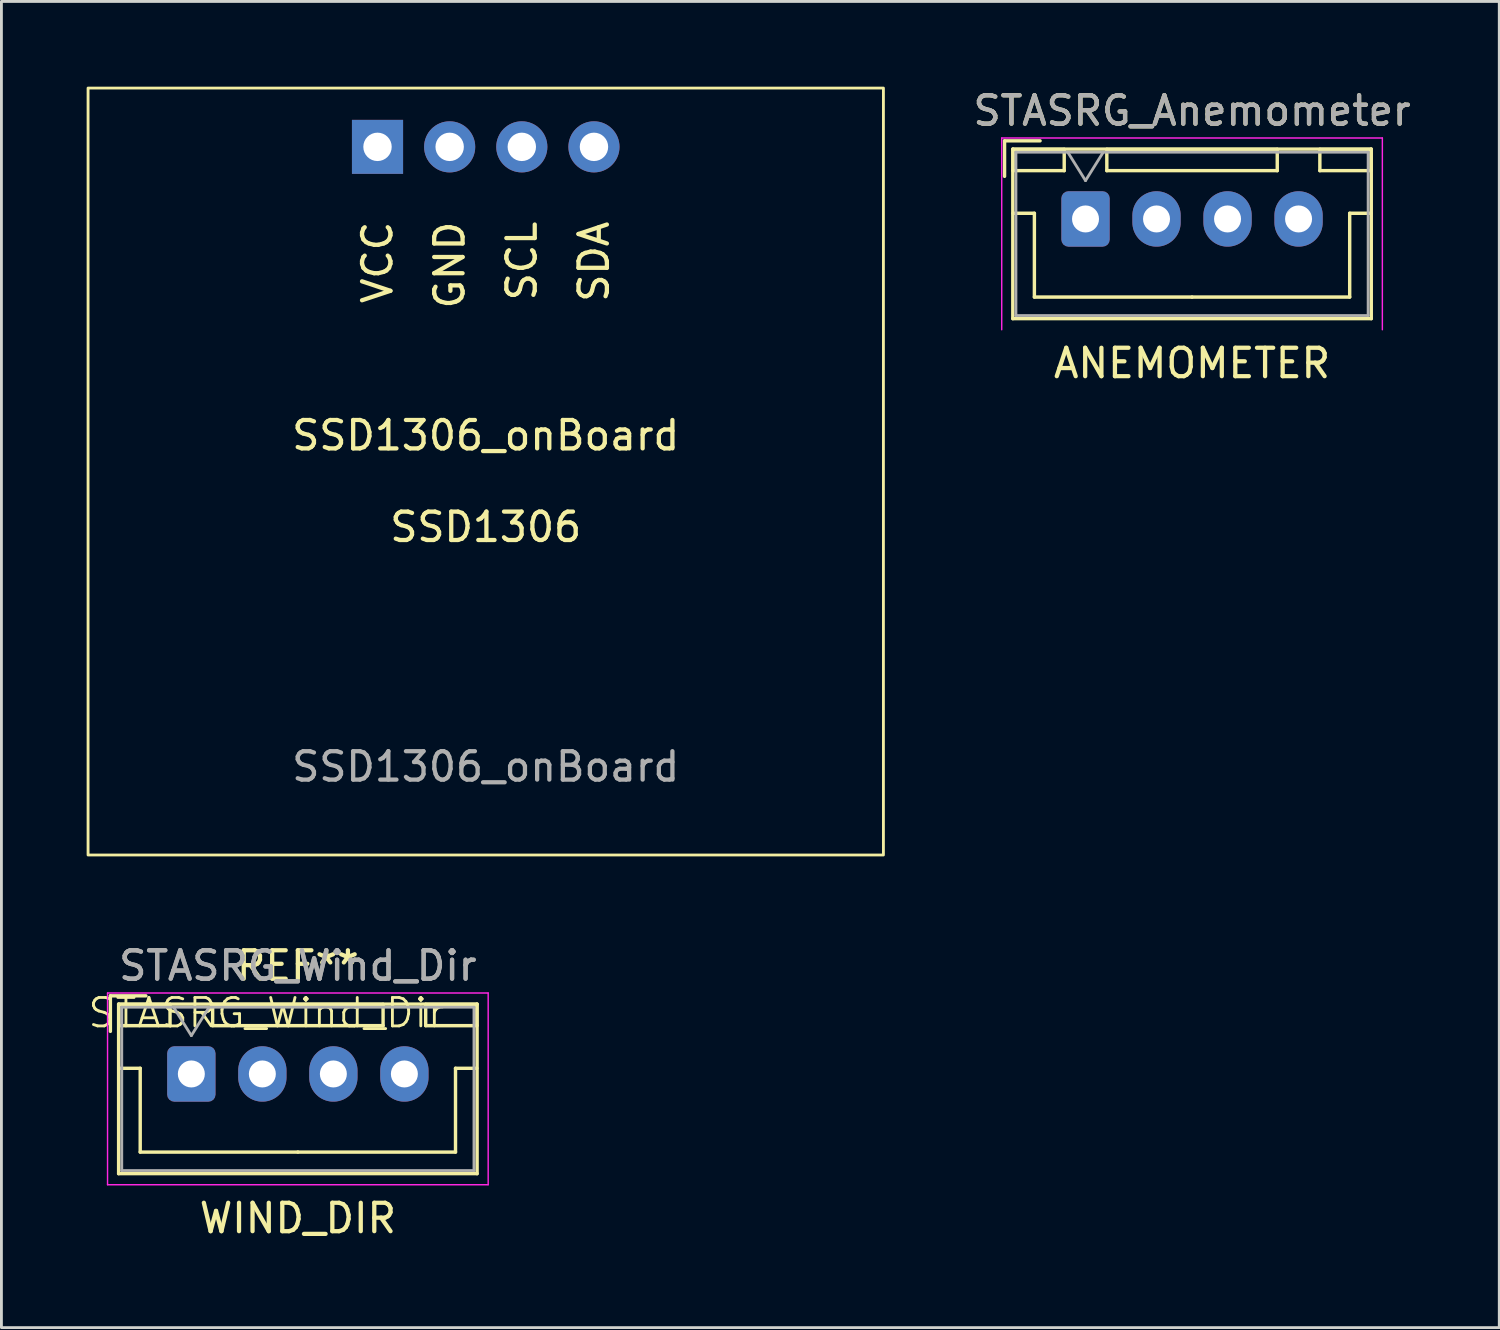
<source format=kicad_pcb>
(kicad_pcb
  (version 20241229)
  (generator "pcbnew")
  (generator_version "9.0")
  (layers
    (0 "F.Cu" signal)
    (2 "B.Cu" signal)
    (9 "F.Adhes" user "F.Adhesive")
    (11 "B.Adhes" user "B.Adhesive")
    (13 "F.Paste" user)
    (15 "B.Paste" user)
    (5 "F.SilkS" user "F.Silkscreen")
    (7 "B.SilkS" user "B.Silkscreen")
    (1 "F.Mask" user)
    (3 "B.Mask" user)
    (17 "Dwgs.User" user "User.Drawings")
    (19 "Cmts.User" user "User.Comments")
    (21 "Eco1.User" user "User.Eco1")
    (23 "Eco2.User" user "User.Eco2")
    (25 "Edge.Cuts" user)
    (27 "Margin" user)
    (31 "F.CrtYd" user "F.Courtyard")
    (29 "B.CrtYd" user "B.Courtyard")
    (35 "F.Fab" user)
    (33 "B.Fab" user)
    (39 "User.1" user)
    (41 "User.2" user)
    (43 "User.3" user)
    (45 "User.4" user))
  (footprint "STASRG_Anemometer"
    (layer "F.Cu")
    (at 38.915 4.658)
    (property "Reference" "STASRG_Anemometer" (at 0 -3.81 0) (unlocked yes) (layer "F.SilkS") (effects (font (size 1 1) (thickness 0.15))))
    (attr smd)
    (fp_line (start -6.6 -2.75) (end -6.6 -1.5) (stroke (width 0.12) (type solid)) (layer "F.SilkS"))
    (fp_line (start -6.31 -2.46) (end -6.31 3.51) (stroke (width 0.12) (type solid)) (layer "F.SilkS"))
    (fp_line (start -6.31 3.51) (end 6.31 3.51) (stroke (width 0.12) (type solid)) (layer "F.SilkS"))
    (fp_line (start -6.3 -2.45) (end -6.3 -1.7) (stroke (width 0.12) (type solid)) (layer "F.SilkS"))
    (fp_line (start -6.3 -1.7) (end -4.5 -1.7) (stroke (width 0.12) (type solid)) (layer "F.SilkS"))
    (fp_line (start -6.3 -0.2) (end -5.55 -0.2) (stroke (width 0.12) (type solid)) (layer "F.SilkS"))
    (fp_line (start -5.55 -0.2) (end -5.55 2.75) (stroke (width 0.12) (type solid)) (layer "F.SilkS"))
    (fp_line (start -5.55 2.75) (end 0 2.75) (stroke (width 0.12) (type solid)) (layer "F.SilkS"))
    (fp_line (start -5.35 -2.75) (end -6.6 -2.75) (stroke (width 0.12) (type solid)) (layer "F.SilkS"))
    (fp_line (start -4.5 -2.45) (end -6.3 -2.45) (stroke (width 0.12) (type solid)) (layer "F.SilkS"))
    (fp_line (start -4.5 -1.7) (end -4.5 -2.45) (stroke (width 0.12) (type solid)) (layer "F.SilkS"))
    (fp_line (start -3 -2.45) (end -3 -1.7) (stroke (width 0.12) (type solid)) (layer "F.SilkS"))
    (fp_line (start -3 -1.7) (end 3 -1.7) (stroke (width 0.12) (type solid)) (layer "F.SilkS"))
    (fp_line (start 3 -2.45) (end -3 -2.45) (stroke (width 0.12) (type solid)) (layer "F.SilkS"))
    (fp_line (start 3 -1.7) (end 3 -2.45) (stroke (width 0.12) (type solid)) (layer "F.SilkS"))
    (fp_line (start 4.5 -2.45) (end 4.5 -1.7) (stroke (width 0.12) (type solid)) (layer "F.SilkS"))
    (fp_line (start 4.5 -1.7) (end 6.3 -1.7) (stroke (width 0.12) (type solid)) (layer "F.SilkS"))
    (fp_line (start 5.55 -0.2) (end 5.55 2.75) (stroke (width 0.12) (type solid)) (layer "F.SilkS"))
    (fp_line (start 5.55 2.75) (end 0 2.75) (stroke (width 0.12) (type solid)) (layer "F.SilkS"))
    (fp_line (start 6.3 -2.45) (end 4.5 -2.45) (stroke (width 0.12) (type solid)) (layer "F.SilkS"))
    (fp_line (start 6.3 -1.7) (end 6.3 -2.45) (stroke (width 0.12) (type solid)) (layer "F.SilkS"))
    (fp_line (start 6.3 -0.2) (end 5.55 -0.2) (stroke (width 0.12) (type solid)) (layer "F.SilkS"))
    (fp_line (start 6.31 -2.46) (end -6.31 -2.46) (stroke (width 0.12) (type solid)) (layer "F.SilkS"))
    (fp_line (start 6.31 3.51) (end 6.31 -2.46) (stroke (width 0.12) (type solid)) (layer "F.SilkS"))
    (fp_line (start -6.7 -2.85) (end -6.7 3.9) (stroke (width 0.05) (type solid)) (layer "F.CrtYd"))
    (fp_line (start 6.7 -2.85) (end -6.7 -2.85) (stroke (width 0.05) (type solid)) (layer "F.CrtYd"))
    (fp_line (start 6.7 3.9) (end 6.7 -2.85) (stroke (width 0.05) (type solid)) (layer "F.CrtYd"))
    (fp_line (start -6.2 -2.35) (end -6.2 3.4) (stroke (width 0.1) (type solid)) (layer "F.Fab"))
    (fp_line (start -6.2 3.4) (end 6.2 3.4) (stroke (width 0.1) (type solid)) (layer "F.Fab"))
    (fp_line (start -4.375 -2.35) (end -3.75 -1.35) (stroke (width 0.1) (type solid)) (layer "F.Fab"))
    (fp_line (start -3.75 -1.35) (end -3.125 -2.35) (stroke (width 0.1) (type solid)) (layer "F.Fab"))
    (fp_line (start 6.2 -2.35) (end -6.2 -2.35) (stroke (width 0.1) (type solid)) (layer "F.Fab"))
    (fp_line (start 6.2 3.4) (end 6.2 -2.35) (stroke (width 0.1) (type solid)) (layer "F.Fab"))
    (fp_text user "ANEMOMETER" (at 0 5.08 0) (unlocked yes) (layer "F.SilkS") (effects (font (size 1 1) (thickness 0.15))))
    (fp_text user "${REFERENCE}" (at 0 -3.81 0) (unlocked yes) (layer "F.Fab") (effects (font (size 1 1) (thickness 0.15))))
    (pad "1" thru_hole roundrect (at -3.75 0) (size 1.7 1.95) (drill 0.95) (layers "*.Cu" "*.Mask") (roundrect_rratio 0.147))
    (pad "2" thru_hole oval (at -1.25 0) (size 1.7 1.95) (drill 0.95) (layers "*.Cu" "*.Mask"))
    (pad "3" thru_hole oval (at 1.25 0) (size 1.7 1.95) (drill 0.95) (layers "*.Cu" "*.Mask"))
    (pad "4" thru_hole oval (at 3.75 0) (size 1.7 1.95) (drill 0.95) (layers "*.Cu" "*.Mask")))
  (footprint "STASRG_Wind_Dir"
    (layer "F.Cu")
    (at 7.436 34.758)
    (property "Reference" "STASRG_Wind_Dir" (at -1.1 -2.15 0) (unlocked yes) (layer "F.SilkS") (effects (font (size 1 1) (thickness 0.1))))
    (attr smd)
    (fp_line (start -6.6 -2.75) (end -6.6 -1.5) (stroke (width 0.12) (type solid)) (layer "F.SilkS"))
    (fp_line (start -6.31 -2.46) (end -6.31 3.51) (stroke (width 0.12) (type solid)) (layer "F.SilkS"))
    (fp_line (start -6.31 3.51) (end 6.31 3.51) (stroke (width 0.12) (type solid)) (layer "F.SilkS"))
    (fp_line (start -6.3 -2.45) (end -6.3 -1.7) (stroke (width 0.12) (type solid)) (layer "F.SilkS"))
    (fp_line (start -6.3 -1.7) (end -4.5 -1.7) (stroke (width 0.12) (type solid)) (layer "F.SilkS"))
    (fp_line (start -6.3 -0.2) (end -5.55 -0.2) (stroke (width 0.12) (type solid)) (layer "F.SilkS"))
    (fp_line (start -5.55 -0.2) (end -5.55 2.75) (stroke (width 0.12) (type solid)) (layer "F.SilkS"))
    (fp_line (start -5.55 2.75) (end 0 2.75) (stroke (width 0.12) (type solid)) (layer "F.SilkS"))
    (fp_line (start -5.35 -2.75) (end -6.6 -2.75) (stroke (width 0.12) (type solid)) (layer "F.SilkS"))
    (fp_line (start -4.5 -2.45) (end -6.3 -2.45) (stroke (width 0.12) (type solid)) (layer "F.SilkS"))
    (fp_line (start -4.5 -1.7) (end -4.5 -2.45) (stroke (width 0.12) (type solid)) (layer "F.SilkS"))
    (fp_line (start -3 -2.45) (end -3 -1.7) (stroke (width 0.12) (type solid)) (layer "F.SilkS"))
    (fp_line (start -3 -1.7) (end 3 -1.7) (stroke (width 0.12) (type solid)) (layer "F.SilkS"))
    (fp_line (start 3 -2.45) (end -3 -2.45) (stroke (width 0.12) (type solid)) (layer "F.SilkS"))
    (fp_line (start 3 -1.7) (end 3 -2.45) (stroke (width 0.12) (type solid)) (layer "F.SilkS"))
    (fp_line (start 4.5 -2.45) (end 4.5 -1.7) (stroke (width 0.12) (type solid)) (layer "F.SilkS"))
    (fp_line (start 4.5 -1.7) (end 6.3 -1.7) (stroke (width 0.12) (type solid)) (layer "F.SilkS"))
    (fp_line (start 5.55 -0.2) (end 5.55 2.75) (stroke (width 0.12) (type solid)) (layer "F.SilkS"))
    (fp_line (start 5.55 2.75) (end 0 2.75) (stroke (width 0.12) (type solid)) (layer "F.SilkS"))
    (fp_line (start 6.3 -2.45) (end 4.5 -2.45) (stroke (width 0.12) (type solid)) (layer "F.SilkS"))
    (fp_line (start 6.3 -1.7) (end 6.3 -2.45) (stroke (width 0.12) (type solid)) (layer "F.SilkS"))
    (fp_line (start 6.3 -0.2) (end 5.55 -0.2) (stroke (width 0.12) (type solid)) (layer "F.SilkS"))
    (fp_line (start 6.31 -2.46) (end -6.31 -2.46) (stroke (width 0.12) (type solid)) (layer "F.SilkS"))
    (fp_line (start 6.31 3.51) (end 6.31 -2.46) (stroke (width 0.12) (type solid)) (layer "F.SilkS"))
    (fp_line (start -6.7 -2.85) (end -6.7 3.9) (stroke (width 0.05) (type solid)) (layer "F.CrtYd"))
    (fp_line (start -6.7 3.9) (end 6.7 3.9) (stroke (width 0.05) (type solid)) (layer "F.CrtYd"))
    (fp_line (start 6.7 -2.85) (end -6.7 -2.85) (stroke (width 0.05) (type solid)) (layer "F.CrtYd"))
    (fp_line (start 6.7 3.9) (end 6.7 -2.85) (stroke (width 0.05) (type solid)) (layer "F.CrtYd"))
    (fp_line (start -6.2 -2.35) (end -6.2 3.4) (stroke (width 0.1) (type solid)) (layer "F.Fab"))
    (fp_line (start -6.2 3.4) (end 6.2 3.4) (stroke (width 0.1) (type solid)) (layer "F.Fab"))
    (fp_line (start -4.375 -2.35) (end -3.75 -1.35) (stroke (width 0.1) (type solid)) (layer "F.Fab"))
    (fp_line (start -3.75 -1.35) (end -3.125 -2.35) (stroke (width 0.1) (type solid)) (layer "F.Fab"))
    (fp_line (start 6.2 -2.35) (end -6.2 -2.35) (stroke (width 0.1) (type solid)) (layer "F.Fab"))
    (fp_line (start 6.2 3.4) (end 6.2 -2.35) (stroke (width 0.1) (type solid)) (layer "F.Fab"))
    (fp_text user "REF**" (at 0 -3.81 0) (unlocked yes) (layer "F.SilkS") (effects (font (size 1 1) (thickness 0.15))))
    (fp_text user "WIND_DIR" (at 0 5.08 0) (unlocked yes) (layer "F.SilkS") (effects (font (size 1 1) (thickness 0.15))))
    (fp_text user "STASRG_Wind_Dir" (at 0 -3.81 0) (unlocked yes) (layer "F.Fab") (effects (font (size 1 1) (thickness 0.15))))
    (fp_text user "${REFERENCE}" (at 0 -3.81 0) (unlocked yes) (layer "F.Fab") (effects (font (size 1 1) (thickness 0.15))))
    (pad "1" thru_hole roundrect (at -3.75 0) (size 1.7 1.95) (drill 0.95) (layers "*.Cu" "*.Mask") (roundrect_rratio 0.147))
    (pad "2" thru_hole oval (at -1.25 0) (size 1.7 1.95) (drill 0.95) (layers "*.Cu" "*.Mask"))
    (pad "3" thru_hole oval (at 1.25 0) (size 1.7 1.95) (drill 0.95) (layers "*.Cu" "*.Mask"))
    (pad "4" thru_hole oval (at 3.75 0) (size 1.7 1.95) (drill 0.95) (layers "*.Cu" "*.Mask")))
  (footprint "SSD1306_onBoard"
    (layer "F.Cu")
    (at 14.05 13.55)
    (property "Reference" "SSD1306_onBoard" (at 0 -1.27 0) (unlocked yes) (layer "F.SilkS") (effects (font (size 1 1) (thickness 0.15))))
    (attr smd)
    (fp_rect (start -14 -13.5) (end 14 13.5) (stroke (width 0.1) (type default)) (fill no) (layer "F.SilkS"))
    (fp_text user "GND" (at -1.27 -8.89 90) (unlocked yes) (layer "F.SilkS") (effects (font (size 1 1) (thickness 0.15)) (justify right)))
    (fp_text user "VCC" (at -3.81 -8.89 90) (unlocked yes) (layer "F.SilkS") (effects (font (size 1 1) (thickness 0.15)) (justify right)))
    (fp_text user "SCL" (at 1.27 -8.89 90) (unlocked yes) (layer "F.SilkS") (effects (font (size 1 1) (thickness 0.15)) (justify right)))
    (fp_text user "SSD1306" (at 0 2.54 0) (unlocked yes) (layer "F.SilkS") (effects (font (size 1 1) (thickness 0.15)) (justify bottom)))
    (fp_text user "SDA" (at 3.81 -8.89 90) (unlocked yes) (layer "F.SilkS") (effects (font (size 1 1) (thickness 0.15)) (justify right)))
    (fp_text user "${REFERENCE}" (at 0 10.39 0) (unlocked yes) (layer "F.Fab") (effects (font (size 1 1) (thickness 0.15))))
    (pad "1" thru_hole rect (at -3.81 -11.43) (size 1.8 1.9) (drill 1) (layers "*.Cu" "*.Mask"))
    (pad "2" thru_hole circle (at -1.27 -11.43) (size 1.8 1.8) (drill 1) (layers "*.Cu" "*.Mask"))
    (pad "3" thru_hole circle (at 1.27 -11.43) (size 1.8 1.8) (drill 1) (layers "*.Cu" "*.Mask"))
    (pad "4" thru_hole circle (at 3.81 -11.43) (size 1.8 1.8) (drill 1) (layers "*.Cu" "*.Mask")))
  (gr_rect
    (start -3 -3)
    (end 49.731 43.687)
    (stroke (width 0.1) (type default))
    (fill no)
    (layer "Edge.Cuts")))
</source>
